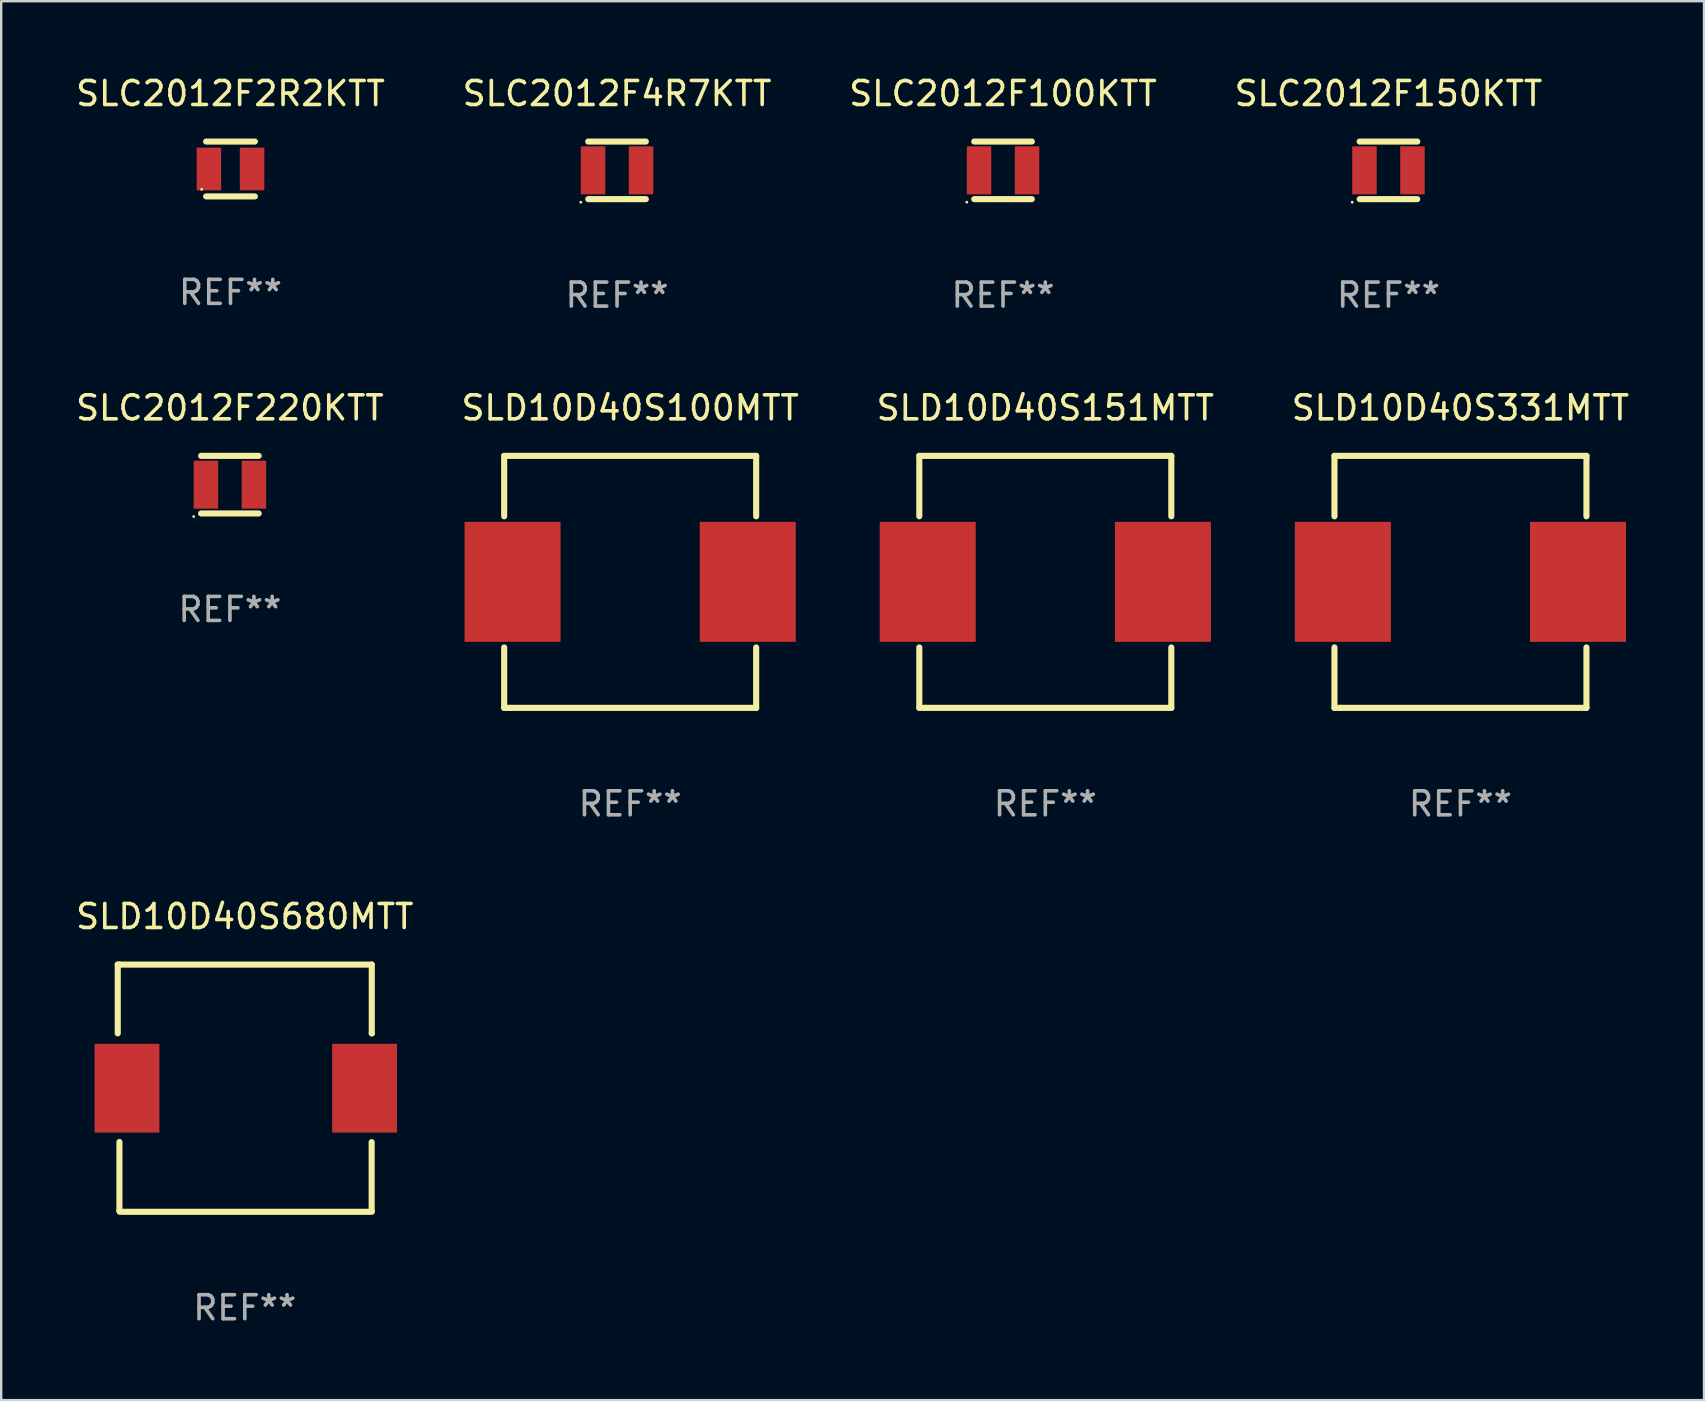
<source format=kicad_pcb>
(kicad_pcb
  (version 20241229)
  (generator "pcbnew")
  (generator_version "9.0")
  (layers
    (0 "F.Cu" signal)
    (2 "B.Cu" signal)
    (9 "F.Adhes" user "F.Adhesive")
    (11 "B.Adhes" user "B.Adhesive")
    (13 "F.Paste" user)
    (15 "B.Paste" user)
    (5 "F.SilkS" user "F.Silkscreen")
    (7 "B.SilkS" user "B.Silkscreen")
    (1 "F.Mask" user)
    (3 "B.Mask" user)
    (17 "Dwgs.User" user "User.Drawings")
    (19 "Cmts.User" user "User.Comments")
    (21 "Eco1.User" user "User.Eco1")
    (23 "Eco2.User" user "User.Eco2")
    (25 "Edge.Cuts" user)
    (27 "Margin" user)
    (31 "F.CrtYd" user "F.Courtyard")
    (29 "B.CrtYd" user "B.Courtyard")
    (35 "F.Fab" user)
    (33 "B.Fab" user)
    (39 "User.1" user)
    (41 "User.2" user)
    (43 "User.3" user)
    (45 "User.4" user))
  (footprint "SLC2012F2R2KTT"
    (layer "F.Cu")
    (at 6.554 3.991)
    (property "Reference" "SLC2012F2R2KTT" (at 0 -3.143 0) (layer "F.SilkS") (effects (font (size 1 1) (thickness 0.15))))
    (attr through_hole)
    (fp_line (start -1.016 -1.143) (end 1.016 -1.143) (stroke (width 0.254) (type solid)) (layer "F.SilkS"))
    (fp_line (start -1.016 1.143) (end 1.016 1.143) (stroke (width 0.254) (type solid)) (layer "F.SilkS"))
    (fp_circle (center -1.2 0.85) (end -1.17 0.85) (stroke (width 0.06) (type solid)) (fill no) (layer "F.SilkS"))
    (fp_text user "REF**" (at 0 5.143 0) (layer "F.Fab") (effects (font (size 1 1) (thickness 0.15))))
    (pad "1" smd rect (at -0.9 0) (size 1.02 1.78) (layers "F.Cu" "F.Mask" "F.Paste"))
    (pad "2" smd rect (at 0.9 0) (size 1.02 1.78) (layers "F.Cu" "F.Mask" "F.Paste")))
  (footprint "SLC2012F150KTT"
    (layer "F.Cu")
    (at 54.804 4.048)
    (property "Reference" "SLC2012F150KTT" (at 0 -3.2 0) (layer "F.SilkS") (effects (font (size 1 1) (thickness 0.15))))
    (attr through_hole)
    (fp_line (start -1.2 -1.2) (end 1.2 -1.2) (stroke (width 0.254) (type solid)) (layer "F.SilkS"))
    (fp_line (start -1.2 1.2) (end 1.2 1.2) (stroke (width 0.254) (type solid)) (layer "F.SilkS"))
    (fp_circle (center -1.51 1.327) (end -1.48 1.327) (stroke (width 0.06) (type solid)) (fill no) (layer "F.SilkS"))
    (fp_text user "REF**" (at 0 5.2 0) (layer "F.Fab") (effects (font (size 1 1) (thickness 0.15))))
    (pad "1" smd rect (at -1 0) (size 1.02 2) (layers "F.Cu" "F.Mask" "F.Paste"))
    (pad "2" smd rect (at 1 0) (size 1.02 2) (layers "F.Cu" "F.Mask" "F.Paste")))
  (footprint "SLC2012F220KTT"
    (layer "F.Cu")
    (at 6.53 17.145)
    (property "Reference" "SLC2012F220KTT" (at 0 -3.2 0) (layer "F.SilkS") (effects (font (size 1 1) (thickness 0.15))))
    (attr through_hole)
    (fp_line (start -1.2 -1.2) (end 1.2 -1.2) (stroke (width 0.254) (type solid)) (layer "F.SilkS"))
    (fp_line (start -1.2 1.2) (end 1.2 1.2) (stroke (width 0.254) (type solid)) (layer "F.SilkS"))
    (fp_circle (center -1.51 1.327) (end -1.48 1.327) (stroke (width 0.06) (type solid)) (fill no) (layer "F.SilkS"))
    (fp_text user "REF**" (at 0 5.2 0) (layer "F.Fab") (effects (font (size 1 1) (thickness 0.15))))
    (pad "1" smd rect (at -1 0) (size 1.02 2) (layers "F.Cu" "F.Mask" "F.Paste"))
    (pad "2" smd rect (at 1 0) (size 1.02 2) (layers "F.Cu" "F.Mask" "F.Paste")))
  (footprint "SLC2012F100KTT"
    (layer "F.Cu")
    (at 38.744 4.048)
    (property "Reference" "SLC2012F100KTT" (at 0 -3.2 0) (layer "F.SilkS") (effects (font (size 1 1) (thickness 0.15))))
    (attr through_hole)
    (fp_line (start -1.2 -1.2) (end 1.2 -1.2) (stroke (width 0.254) (type solid)) (layer "F.SilkS"))
    (fp_line (start -1.2 1.2) (end 1.2 1.2) (stroke (width 0.254) (type solid)) (layer "F.SilkS"))
    (fp_circle (center -1.51 1.327) (end -1.48 1.327) (stroke (width 0.06) (type solid)) (fill no) (layer "F.SilkS"))
    (fp_text user "REF**" (at 0 5.2 0) (layer "F.Fab") (effects (font (size 1 1) (thickness 0.15))))
    (pad "1" smd rect (at -1 0) (size 1.02 2) (layers "F.Cu" "F.Mask" "F.Paste"))
    (pad "2" smd rect (at 1 0) (size 1.02 2) (layers "F.Cu" "F.Mask" "F.Paste")))
  (footprint "SLD10D40S680MTT"
    (layer "F.Cu")
    (at 7.149 42.292)
    (property "Reference" "SLD10D40S680MTT" (at 0 -7.151 0) (layer "F.SilkS") (effects (font (size 1 1) (thickness 0.15))))
    (attr through_hole)
    (fp_line (start -5.293 -5.149) (end -5.293 -2.285) (stroke (width 0.254) (type solid)) (layer "F.SilkS"))
    (fp_line (start -5.223 2.242) (end -5.223 5.108) (stroke (width 0.254) (type solid)) (layer "F.SilkS"))
    (fp_line (start -5.223 5.108) (end -5.222 5.112) (stroke (width 0.254) (type solid)) (layer "F.SilkS"))
    (fp_line (start -5.208 -5.149) (end -5.293 -5.149) (stroke (width 0.254) (type solid)) (layer "F.SilkS"))
    (fp_line (start -5.208 -5.149) (end 5.291 -5.149) (stroke (width 0.254) (type solid)) (layer "F.SilkS"))
    (fp_line (start -5.208 5.151) (end 5.291 5.151) (stroke (width 0.254) (type solid)) (layer "F.SilkS"))
    (fp_line (start 5.287 2.248) (end 5.287 5.114) (stroke (width 0.254) (type solid)) (layer "F.SilkS"))
    (fp_line (start 5.287 5.114) (end 5.287 5.118) (stroke (width 0.254) (type solid)) (layer "F.SilkS"))
    (fp_line (start 5.292 -5.151) (end 5.292 -2.285) (stroke (width 0.254) (type solid)) (layer "F.SilkS"))
    (fp_line (start 5.292 -2.285) (end 5.293 -2.281) (stroke (width 0.254) (type solid)) (layer "F.SilkS"))
    (fp_circle (center -5.208 5.151) (end -5.178 5.151) (stroke (width 0.06) (type solid)) (fill no) (layer "F.SilkS"))
    (fp_text user "REF**" (at 0 9.151 0) (layer "F.Fab") (effects (font (size 1 1) (thickness 0.15))))
    (pad "1" smd rect (at -4.908 0.001) (size 2.7 3.7) (layers "F.Cu" "F.Mask" "F.Paste"))
    (pad "2" smd rect (at 4.991 0.001) (size 2.7 3.7) (layers "F.Cu" "F.Mask" "F.Paste")))
  (footprint "SLC2012F4R7KTT"
    (layer "F.Cu")
    (at 22.661 4.048)
    (property "Reference" "SLC2012F4R7KTT" (at 0 -3.2 0) (layer "F.SilkS") (effects (font (size 1 1) (thickness 0.15))))
    (attr through_hole)
    (fp_line (start -1.2 -1.2) (end 1.2 -1.2) (stroke (width 0.254) (type solid)) (layer "F.SilkS"))
    (fp_line (start -1.2 1.2) (end 1.2 1.2) (stroke (width 0.254) (type solid)) (layer "F.SilkS"))
    (fp_circle (center -1.51 1.327) (end -1.48 1.327) (stroke (width 0.06) (type solid)) (fill no) (layer "F.SilkS"))
    (fp_text user "REF**" (at 0 5.2 0) (layer "F.Fab") (effects (font (size 1 1) (thickness 0.15))))
    (pad "1" smd rect (at -1 0) (size 1.02 2) (layers "F.Cu" "F.Mask" "F.Paste"))
    (pad "2" smd rect (at 1 0) (size 1.02 2) (layers "F.Cu" "F.Mask" "F.Paste")))
  (footprint "SLD10D40S100MTT"
    (layer "F.Cu")
    (at 23.208 21.195)
    (property "Reference" "SLD10D40S100MTT" (at 0 -7.25 0) (layer "F.SilkS") (effects (font (size 1 1) (thickness 0.15))))
    (attr through_hole)
    (fp_line (start -5.25 -5.25) (end -5.25 -2.731) (stroke (width 0.254) (type solid)) (layer "F.SilkS"))
    (fp_line (start -5.25 -5.25) (end 5.25 -5.25) (stroke (width 0.254) (type solid)) (layer "F.SilkS"))
    (fp_line (start -5.25 2.731) (end -5.25 5.25) (stroke (width 0.254) (type solid)) (layer "F.SilkS"))
    (fp_line (start -4.989 5.25) (end -5.25 5.25) (stroke (width 0.254) (type solid)) (layer "F.SilkS"))
    (fp_line (start 5.25 -5.25) (end 5.25 -2.731) (stroke (width 0.254) (type solid)) (layer "F.SilkS"))
    (fp_line (start 5.25 2.731) (end 5.25 5.25) (stroke (width 0.254) (type solid)) (layer "F.SilkS"))
    (fp_line (start 5.25 5.25) (end -4.989 5.25) (stroke (width 0.254) (type solid)) (layer "F.SilkS"))
    (fp_circle (center -5.25 5.25) (end -5.22 5.25) (stroke (width 0.06) (type solid)) (fill no) (layer "F.SilkS"))
    (fp_text user "REF**" (at 0 9.25 0) (layer "F.Fab") (effects (font (size 1 1) (thickness 0.15))))
    (pad "1" smd rect (at -4.9 -0.000013) (size 4 5) (layers "F.Cu" "F.Mask" "F.Paste"))
    (pad "2" smd rect (at 4.9 -0.000013) (size 4 5) (layers "F.Cu" "F.Mask" "F.Paste")))
  (footprint "SLD10D40S331MTT"
    (layer "F.Cu")
    (at 57.804 21.195)
    (property "Reference" "SLD10D40S331MTT" (at 0 -7.25 0) (layer "F.SilkS") (effects (font (size 1 1) (thickness 0.15))))
    (attr through_hole)
    (fp_line (start -5.25 -5.25) (end -5.25 -2.731) (stroke (width 0.254) (type solid)) (layer "F.SilkS"))
    (fp_line (start -5.25 -5.25) (end 5.25 -5.25) (stroke (width 0.254) (type solid)) (layer "F.SilkS"))
    (fp_line (start -5.25 2.731) (end -5.25 5.25) (stroke (width 0.254) (type solid)) (layer "F.SilkS"))
    (fp_line (start -4.989 5.25) (end -5.25 5.25) (stroke (width 0.254) (type solid)) (layer "F.SilkS"))
    (fp_line (start 5.25 -5.25) (end 5.25 -2.731) (stroke (width 0.254) (type solid)) (layer "F.SilkS"))
    (fp_line (start 5.25 2.731) (end 5.25 5.25) (stroke (width 0.254) (type solid)) (layer "F.SilkS"))
    (fp_line (start 5.25 5.25) (end -4.989 5.25) (stroke (width 0.254) (type solid)) (layer "F.SilkS"))
    (fp_circle (center -5.25 5.25) (end -5.22 5.25) (stroke (width 0.06) (type solid)) (fill no) (layer "F.SilkS"))
    (fp_text user "REF**" (at 0 9.25 0) (layer "F.Fab") (effects (font (size 1 1) (thickness 0.15))))
    (pad "1" smd rect (at -4.9 -0.000013) (size 4 5) (layers "F.Cu" "F.Mask" "F.Paste"))
    (pad "2" smd rect (at 4.9 -0.000013) (size 4 5) (layers "F.Cu" "F.Mask" "F.Paste")))
  (footprint "SLD10D40S151MTT"
    (layer "F.Cu")
    (at 40.506 21.195)
    (property "Reference" "SLD10D40S151MTT" (at 0 -7.25 0) (layer "F.SilkS") (effects (font (size 1 1) (thickness 0.15))))
    (attr through_hole)
    (fp_line (start -5.25 -5.25) (end -5.25 -2.731) (stroke (width 0.254) (type solid)) (layer "F.SilkS"))
    (fp_line (start -5.25 -5.25) (end 5.25 -5.25) (stroke (width 0.254) (type solid)) (layer "F.SilkS"))
    (fp_line (start -5.25 2.731) (end -5.25 5.25) (stroke (width 0.254) (type solid)) (layer "F.SilkS"))
    (fp_line (start -4.989 5.25) (end -5.25 5.25) (stroke (width 0.254) (type solid)) (layer "F.SilkS"))
    (fp_line (start 5.25 -5.25) (end 5.25 -2.731) (stroke (width 0.254) (type solid)) (layer "F.SilkS"))
    (fp_line (start 5.25 2.731) (end 5.25 5.25) (stroke (width 0.254) (type solid)) (layer "F.SilkS"))
    (fp_line (start 5.25 5.25) (end -4.989 5.25) (stroke (width 0.254) (type solid)) (layer "F.SilkS"))
    (fp_circle (center -5.25 5.25) (end -5.22 5.25) (stroke (width 0.06) (type solid)) (fill no) (layer "F.SilkS"))
    (fp_text user "REF**" (at 0 9.25 0) (layer "F.Fab") (effects (font (size 1 1) (thickness 0.15))))
    (pad "1" smd rect (at -4.9 -0.000013) (size 4 5) (layers "F.Cu" "F.Mask" "F.Paste"))
    (pad "2" smd rect (at 4.9 -0.000013) (size 4 5) (layers "F.Cu" "F.Mask" "F.Paste")))
  (gr_rect
    (start -3 -3)
    (end 67.952 55.291)
    (stroke (width 0.1) (type default))
    (fill no)
    (layer "Edge.Cuts")))
</source>
